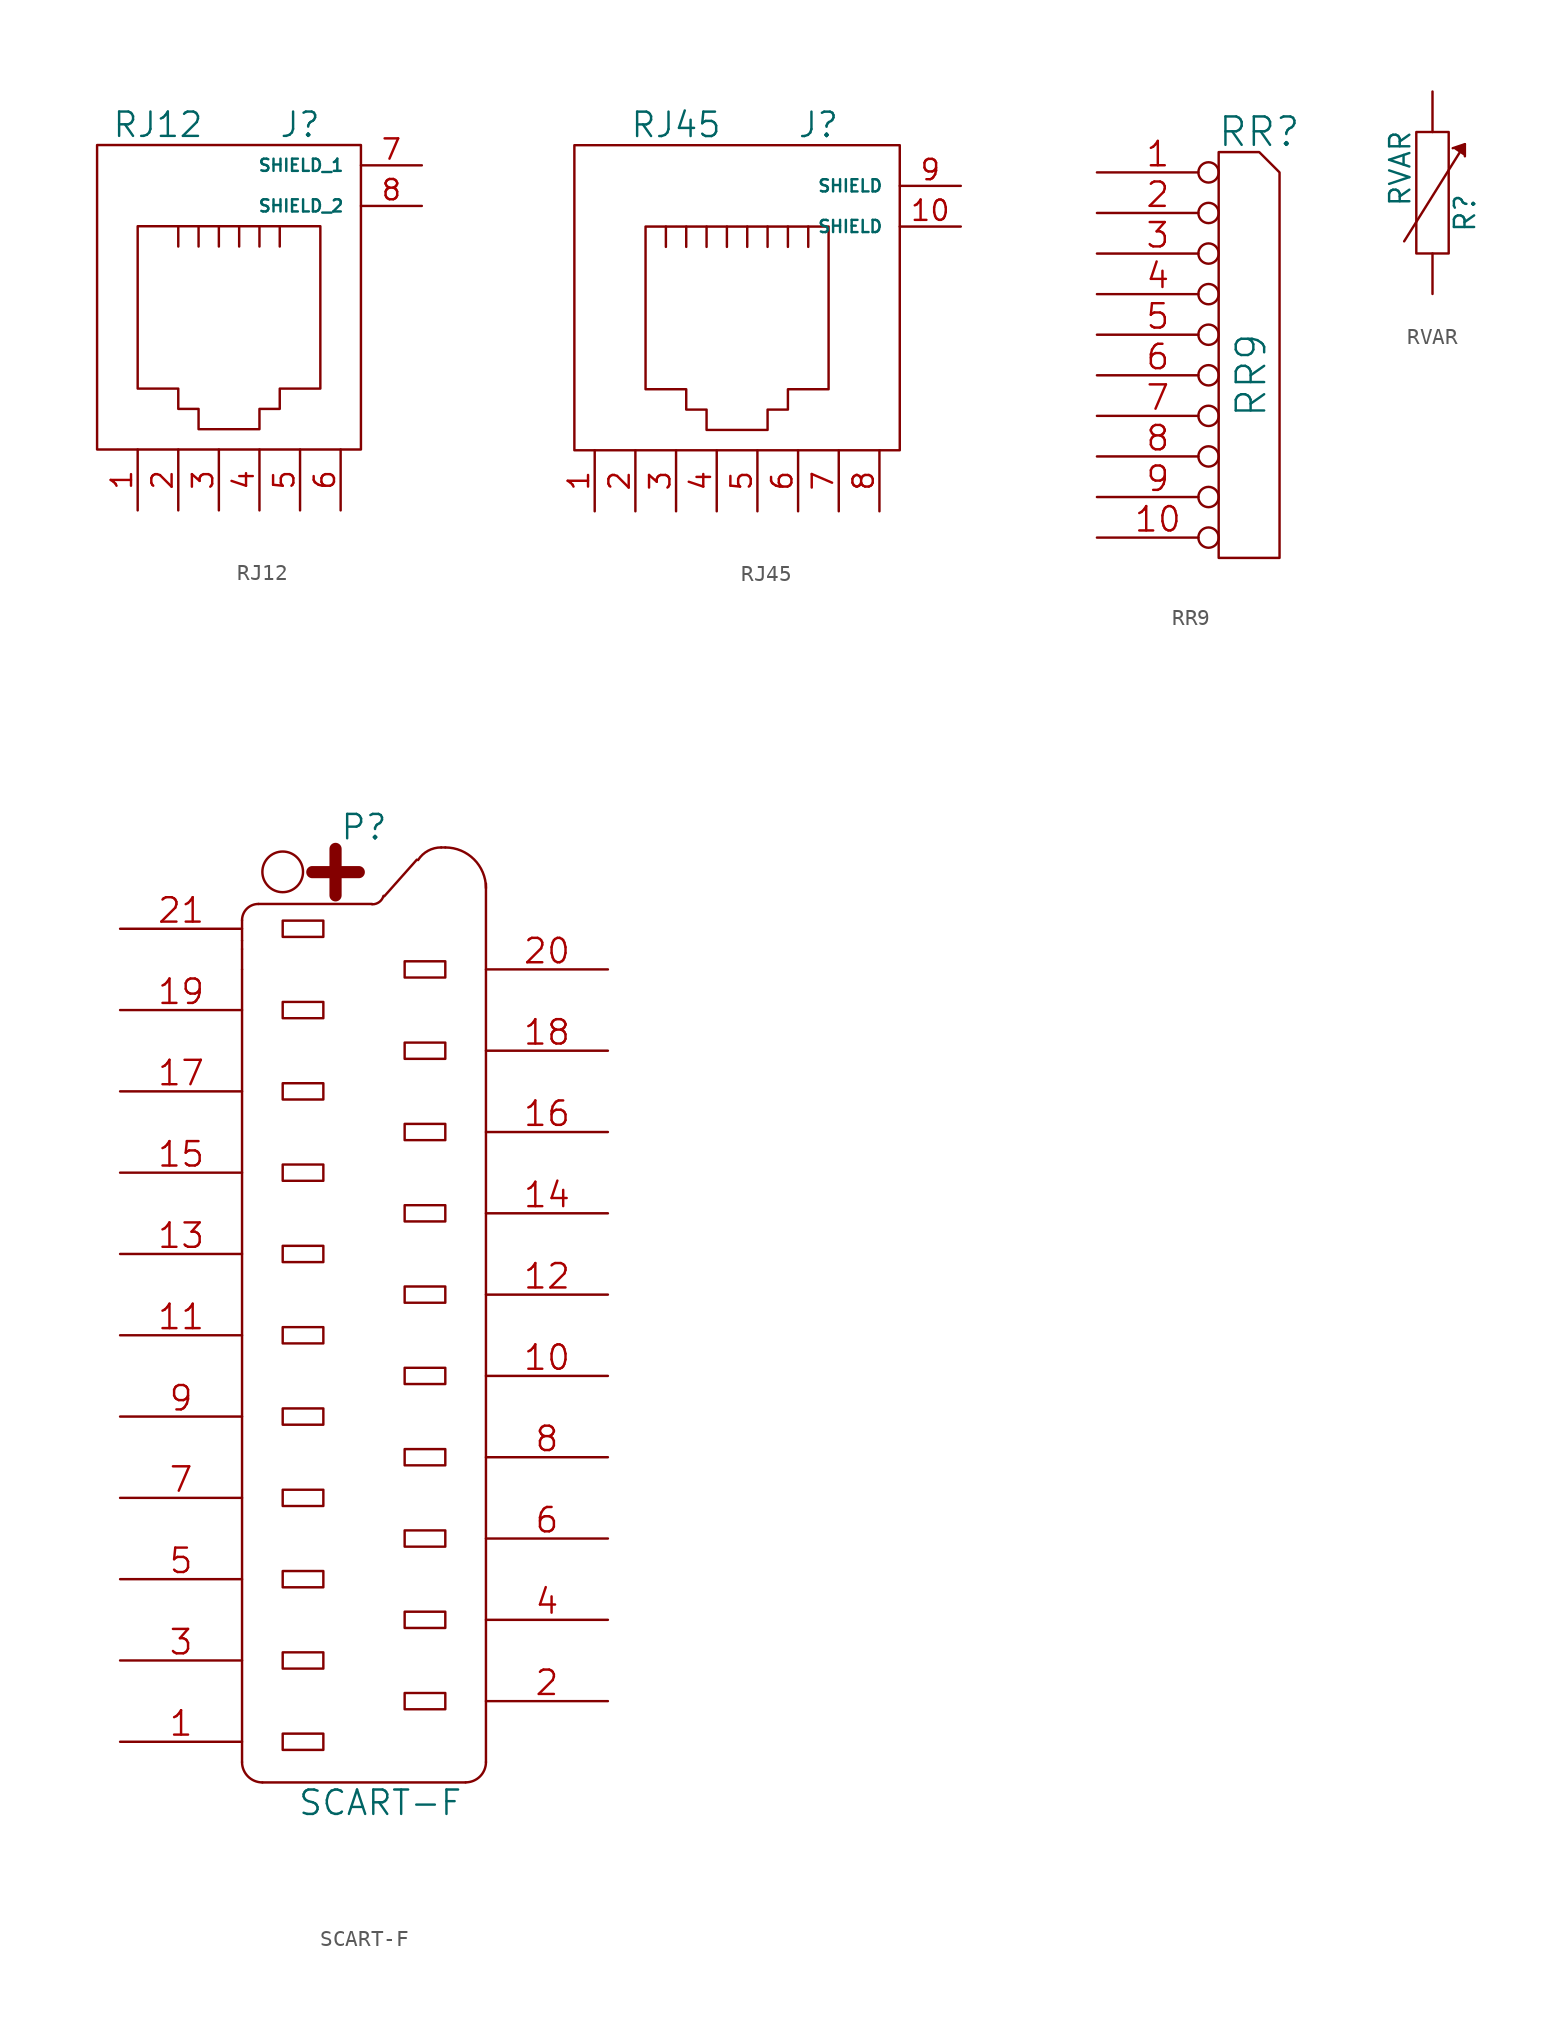
<source format=kicad_sym>
(kicad_symbol_lib
  (version 20220914)
  (generator kicad_symbol_editor)
  (symbol "RJ12"
    (pin_names
      (offset 1.016))
    (property "Reference" "J"
      (at 5.08 12.7 0)
      (effects (font (size 1.524 1.524))))
    (property "Value" "RJ12"
      (at -3.81 12.7 0)
      (effects (font (size 1.524 1.524))))
    (property "Footprint" ""
      (at 0 0 0)
      (effects (font (size 1.524 1.524))))
    (property "Datasheet" ""
      (at 0 0 0)
      (effects (font (size 1.524 1.524))))
    (symbol "RJ12_0_1"
      (polyline (pts (xy -2.54 6.35) (xy -2.54 5.08) (xy -2.54 5.08)) (stroke (width 0) (type default)) (fill (type none)))
      (polyline (pts (xy -1.27 6.35) (xy -1.27 5.08) (xy -1.27 5.08)) (stroke (width 0) (type default)) (fill (type none)))
      (polyline (pts (xy 0 6.35) (xy 0 5.08) (xy 0 5.08)) (stroke (width 0) (type default)) (fill (type none)))
      (polyline (pts (xy 1.27 6.35) (xy 1.27 5.08) (xy 1.27 5.08)) (stroke (width 0) (type default)) (fill (type none)))
      (polyline (pts (xy 2.54 6.35) (xy 2.54 5.08) (xy 2.54 5.08)) (stroke (width 0) (type default)) (fill (type none)))
      (polyline (pts (xy 3.81 5.08) (xy 3.81 6.35) (xy 3.81 6.35)) (stroke (width 0) (type default)) (fill (type none)))
      (polyline (pts (xy -5.08 6.35) (xy 6.35 6.35) (xy 6.35 -3.81) (xy 3.81 -3.81) (xy 3.81 -5.08) (xy 2.54 -5.08) (xy 2.54 -6.35) (xy -1.27 -6.35) (xy -1.27 -5.08) (xy -2.54 -5.08) (xy -2.54 -3.81) (xy -5.08 -3.81) (xy -5.08 6.35) (xy -5.08 6.35)) (stroke (width 0) (type default)) (fill (type none)))
      (rectangle (start 8.89 -7.62) (end -7.62 11.43) (stroke (width 0) (type default)) (fill (type none))))
    (symbol "RJ12_1_1"
      (pin passive line (at -5.08 -11.43 90) (length 3.81) (name "~" (effects (font (size 1.27 1.27)))) (number "1" (effects (font (size 1.27 1.27)))))
      (pin passive line (at -2.54 -11.43 90) (length 3.81) (name "~" (effects (font (size 1.27 1.27)))) (number "2" (effects (font (size 1.27 1.27)))))
      (pin passive line (at 0 -11.43 90) (length 3.81) (name "~" (effects (font (size 1.27 1.27)))) (number "3" (effects (font (size 1.27 1.27)))))
      (pin passive line (at 2.54 -11.43 90) (length 3.81) (name "~" (effects (font (size 1.27 1.27)))) (number "4" (effects (font (size 1.27 1.27)))))
      (pin passive line (at 5.08 -11.43 90) (length 3.81) (name "~" (effects (font (size 1.27 1.27)))) (number "5" (effects (font (size 1.27 1.27)))))
      (pin passive line (at 7.62 -11.43 90) (length 3.81) (name "~" (effects (font (size 1.27 1.27)))) (number "6" (effects (font (size 1.27 1.27)))))
      (pin passive line (at 12.7 10.16 180) (length 3.81) (name "SHIELD_1" (effects (font (size 0.762 0.762)))) (number "7" (effects (font (size 1.27 1.27)))))
      (pin passive line (at 12.7 7.62 180) (length 3.81) (name "SHIELD_2" (effects (font (size 0.762 0.762)))) (number "8" (effects (font (size 1.27 1.27)))))))
  (symbol "RJ45"
    (pin_names
      (offset 1.016))
    (property "Reference" "J"
      (at 5.08 12.7 0)
      (effects (font (size 1.524 1.524))))
    (property "Value" "RJ45"
      (at -3.81 12.7 0)
      (effects (font (size 1.524 1.524))))
    (property "Footprint" ""
      (at 0 0 0)
      (effects (font (size 1.524 1.524))))
    (property "Datasheet" ""
      (at 0 0 0)
      (effects (font (size 1.524 1.524))))
    (symbol "RJ45_0_1"
      (rectangle (start -10.16 -7.62) (end 10.16 11.43) (stroke (width 0) (type default)) (fill (type none)))
      (polyline (pts (xy -4.445 5.08) (xy -4.445 6.35) (xy -4.445 6.35)) (stroke (width 0) (type default)) (fill (type none)))
      (polyline (pts (xy -3.175 6.35) (xy -3.175 5.08) (xy -3.175 5.08)) (stroke (width 0) (type default)) (fill (type none)))
      (polyline (pts (xy -1.905 6.35) (xy -1.905 5.08) (xy -1.905 5.08)) (stroke (width 0) (type default)) (fill (type none)))
      (polyline (pts (xy -0.635 6.35) (xy -0.635 5.08) (xy -0.635 5.08)) (stroke (width 0) (type default)) (fill (type none)))
      (polyline (pts (xy 0.635 6.35) (xy 0.635 5.08) (xy 0.635 5.08)) (stroke (width 0) (type default)) (fill (type none)))
      (polyline (pts (xy 1.905 6.35) (xy 1.905 5.08) (xy 1.905 5.08)) (stroke (width 0) (type default)) (fill (type none)))
      (polyline (pts (xy 3.175 5.08) (xy 3.175 6.35) (xy 3.175 6.35)) (stroke (width 0) (type default)) (fill (type none)))
      (polyline (pts (xy 4.445 5.08) (xy 4.445 6.35) (xy 4.445 6.35)) (stroke (width 0) (type default)) (fill (type none)))
      (polyline (pts (xy -5.715 6.35) (xy 5.715 6.35) (xy 5.715 -3.81) (xy 3.175 -3.81) (xy 3.175 -5.08) (xy 1.905 -5.08) (xy 1.905 -6.35) (xy -1.905 -6.35) (xy -1.905 -5.08) (xy -3.175 -5.08) (xy -3.175 -3.81) (xy -5.715 -3.81) (xy -5.715 6.35) (xy -5.715 6.35)) (stroke (width 0) (type default)) (fill (type none))))
    (symbol "RJ45_1_1"
      (pin passive line (at -8.89 -11.43 90) (length 3.81) (name "~" (effects (font (size 1.27 1.27)))) (number "1" (effects (font (size 1.27 1.27)))))
      (pin passive line (at 13.97 6.35 180) (length 3.81) (name "SHIELD" (effects (font (size 0.762 0.762)))) (number "10" (effects (font (size 1.27 1.27)))))
      (pin passive line (at -6.35 -11.43 90) (length 3.81) (name "~" (effects (font (size 1.27 1.27)))) (number "2" (effects (font (size 1.27 1.27)))))
      (pin passive line (at -3.81 -11.43 90) (length 3.81) (name "~" (effects (font (size 1.27 1.27)))) (number "3" (effects (font (size 1.27 1.27)))))
      (pin passive line (at -1.27 -11.43 90) (length 3.81) (name "~" (effects (font (size 1.27 1.27)))) (number "4" (effects (font (size 1.27 1.27)))))
      (pin passive line (at 1.27 -11.43 90) (length 3.81) (name "~" (effects (font (size 1.27 1.27)))) (number "5" (effects (font (size 1.27 1.27)))))
      (pin passive line (at 3.81 -11.43 90) (length 3.81) (name "~" (effects (font (size 1.27 1.27)))) (number "6" (effects (font (size 1.27 1.27)))))
      (pin passive line (at 6.35 -11.43 90) (length 3.81) (name "~" (effects (font (size 0.762 0.762)))) (number "7" (effects (font (size 1.27 1.27)))))
      (pin passive line (at 8.89 -11.43 90) (length 3.81) (name "~" (effects (font (size 0.762 0.762)))) (number "8" (effects (font (size 1.27 1.27)))))
      (pin passive line (at 13.97 8.89 180) (length 3.81) (name "SHIELD" (effects (font (size 0.762 0.762)))) (number "9" (effects (font (size 1.27 1.27)))))))
  (symbol "RR9"
    (pin_names
      (offset 1.016) hide)
    (property "Reference" "RR"
      (at 1.27 15.24 0)
      (effects (font (size 1.778 1.778))))
    (property "Value" "RR9"
      (at 0.762 0 90)
      (effects (font (size 1.778 1.778))))
    (property "Footprint" ""
      (at 0 0 0)
      (effects (font (size 1.524 1.524))))
    (property "Datasheet" ""
      (at 0 0 0)
      (effects (font (size 1.524 1.524))))
    (symbol "RR9_0_1"
      (polyline (pts (xy -1.27 -11.43) (xy -1.27 13.97) (xy 1.27 13.97) (xy 2.54 12.7) (xy 2.54 -11.43) (xy -1.27 -11.43)) (stroke (width 0) (type default)) (fill (type none))))
    (symbol "RR9_1_1"
      (pin passive inverted (at -8.89 12.7 0) (length 7.62) (name "COM" (effects (font (size 1.524 1.524)))) (number "1" (effects (font (size 1.524 1.524)))))
      (pin passive inverted (at -8.89 -10.16 0) (length 7.62) (name "10" (effects (font (size 1.524 1.524)))) (number "10" (effects (font (size 1.524 1.524)))))
      (pin passive inverted (at -8.89 10.16 0) (length 7.62) (name "2" (effects (font (size 1.524 1.524)))) (number "2" (effects (font (size 1.524 1.524)))))
      (pin passive inverted (at -8.89 7.62 0) (length 7.62) (name "3" (effects (font (size 1.524 1.524)))) (number "3" (effects (font (size 1.524 1.524)))))
      (pin passive inverted (at -8.89 5.08 0) (length 7.62) (name "4" (effects (font (size 1.524 1.524)))) (number "4" (effects (font (size 1.524 1.524)))))
      (pin passive inverted (at -8.89 2.54 0) (length 7.62) (name "5" (effects (font (size 1.524 1.524)))) (number "5" (effects (font (size 1.524 1.524)))))
      (pin passive inverted (at -8.89 0 0) (length 7.62) (name "6" (effects (font (size 1.524 1.524)))) (number "6" (effects (font (size 1.524 1.524)))))
      (pin passive inverted (at -8.89 -2.54 0) (length 7.62) (name "7" (effects (font (size 1.524 1.524)))) (number "7" (effects (font (size 1.524 1.524)))))
      (pin passive inverted (at -8.89 -5.08 0) (length 7.62) (name "8" (effects (font (size 1.524 1.524)))) (number "8" (effects (font (size 1.524 1.524)))))
      (pin passive inverted (at -8.89 -7.62 0) (length 7.62) (name "9" (effects (font (size 1.524 1.524)))) (number "9" (effects (font (size 1.524 1.524)))))))
  (symbol "RVAR"
    (pin_numbers hide)
    (pin_names
      (offset 0))
    (property "Reference" "R"
      (at 2.032 -1.27 90)
      (effects (font (size 1.27 1.27))))
    (property "Value" "RVAR"
      (at -2.032 1.524 90)
      (effects (font (size 1.27 1.27))))
    (property "Footprint" ""
      (at 0 0 0)
      (effects (font (size 1.524 1.524))))
    (property "Datasheet" ""
      (at 0 0 0)
      (effects (font (size 1.524 1.524))))
    (symbol "RVAR_0_1"
      (rectangle (start -1.016 3.81) (end 1.016 -3.81) (stroke (width 0) (type default)) (fill (type none)))
      (polyline (pts (xy -1.778 -3.048) (xy 2.032 3.048)) (stroke (width 0) (type default)) (fill (type none)))
      (polyline (pts (xy 2.032 2.286) (xy 2.032 3.048) (xy 1.27 2.794)) (stroke (width 0) (type default)) (fill (type outline))))
    (symbol "RVAR_1_1"
      (pin passive line (at 0 6.35 270) (length 2.54) (name "~" (effects (font (size 1.524 1.524)))) (number "1" (effects (font (size 1.524 1.524)))))
      (pin passive line (at 0 -6.35 90) (length 2.54) (name "~" (effects (font (size 1.524 1.524)))) (number "2" (effects (font (size 1.524 1.524)))))))
  (symbol "SCART-F"
    (pin_names
      (offset 0.762) hide)
    (property "Reference" "P"
      (at 0 30.48 0)
      (effects (font (size 1.524 1.524))))
    (property "Value" "SCART-F"
      (at 1.016 -30.48 0)
      (effects (font (size 1.524 1.524))))
    (property "Footprint" ""
      (at 0 0 0)
      (effects (font (size 1.524 1.524))))
    (property "Datasheet" ""
      (at 0 0 0)
      (effects (font (size 1.524 1.524))))
    (symbol "SCART-F_0_1"
      (arc (start -7.62 -27.94) (mid -7.248 -28.838) (end -6.35 -29.21) (stroke (width 0) (type default)) (fill (type none)))
      (arc (start -6.604 25.6794) (mid -7.3224 25.3818) (end -7.62 24.6634) (stroke (width 0) (type default)) (fill (type none)))
      (rectangle (start -5.08 -26.162) (end -2.54 -27.178) (stroke (width 0) (type default)) (fill (type none)))
      (rectangle (start -5.08 -21.082) (end -2.54 -22.098) (stroke (width 0) (type default)) (fill (type none)))
      (rectangle (start -5.08 -16.002) (end -2.54 -17.018) (stroke (width 0) (type default)) (fill (type none)))
      (rectangle (start -5.08 -10.922) (end -2.54 -11.938) (stroke (width 0) (type default)) (fill (type none)))
      (rectangle (start -5.08 -5.842) (end -2.54 -6.858) (stroke (width 0) (type default)) (fill (type none)))
      (rectangle (start -5.08 -0.762) (end -2.54 -1.778) (stroke (width 0) (type default)) (fill (type none)))
      (rectangle (start -5.08 4.318) (end -2.54 3.302) (stroke (width 0) (type default)) (fill (type none)))
      (rectangle (start -5.08 9.398) (end -2.54 8.382) (stroke (width 0) (type default)) (fill (type none)))
      (rectangle (start -5.08 14.478) (end -2.54 13.462) (stroke (width 0) (type default)) (fill (type none)))
      (rectangle (start -5.08 19.558) (end -2.54 18.542) (stroke (width 0) (type default)) (fill (type none)))
      (rectangle (start -5.08 24.638) (end -2.54 23.622) (stroke (width 0) (type default)) (fill (type none)))
      (circle (center -5.08 27.686) (radius 1.27) (stroke (width 0) (type default)) (fill (type none)))
      (polyline (pts (xy -7.62 21.59) (xy -7.62 -27.94)) (stroke (width 0) (type default)) (fill (type none)))
      (polyline (pts (xy -7.62 21.59) (xy -7.62 22.86)) (stroke (width 0) (type default)) (fill (type none)))
      (polyline (pts (xy -7.62 23.393) (xy -7.62 22.86)) (stroke (width 0) (type default)) (fill (type none)))
      (polyline (pts (xy -7.62 23.393) (xy -7.62 24.663)) (stroke (width 0) (type default)) (fill (type none)))
      (polyline (pts (xy -6.604 25.679) (xy 0.508 25.679)) (stroke (width 0) (type default)) (fill (type none)))
      (polyline (pts (xy -6.35 -29.21) (xy 6.35 -29.21)) (stroke (width 0) (type default)) (fill (type none)))
      (polyline (pts (xy 3.302 28.448) (xy 1.27 26.162)) (stroke (width 0) (type default)) (fill (type none)))
      (polyline (pts (xy 4.826 29.21) (xy 5.08 29.21)) (stroke (width 0) (type default)) (fill (type none)))
      (polyline (pts (xy 7.62 -27.94) (xy 7.62 26.949)) (stroke (width 0) (type default)) (fill (type none)))
      (arc (start 0.508 25.654) (mid 0.9569 25.8002) (end 1.2192 26.1874) (stroke (width 0) (type default)) (fill (type none)))
      (rectangle (start 2.54 -23.622) (end 5.08 -24.638) (stroke (width 0) (type default)) (fill (type none)))
      (rectangle (start 2.54 -18.542) (end 5.08 -19.558) (stroke (width 0) (type default)) (fill (type none)))
      (rectangle (start 2.54 -13.462) (end 5.08 -14.478) (stroke (width 0) (type default)) (fill (type none)))
      (rectangle (start 2.54 -8.382) (end 5.08 -9.398) (stroke (width 0) (type default)) (fill (type none)))
      (rectangle (start 2.54 -3.302) (end 5.08 -4.318) (stroke (width 0) (type default)) (fill (type none)))
      (rectangle (start 2.54 1.778) (end 5.08 0.762) (stroke (width 0) (type default)) (fill (type none)))
      (rectangle (start 2.54 6.858) (end 5.08 5.842) (stroke (width 0) (type default)) (fill (type none)))
      (rectangle (start 2.54 11.938) (end 5.08 10.922) (stroke (width 0) (type default)) (fill (type none)))
      (rectangle (start 2.54 17.018) (end 5.08 16.002) (stroke (width 0) (type default)) (fill (type none)))
      (rectangle (start 2.54 22.098) (end 5.08 21.082) (stroke (width 0) (type default)) (fill (type none)))
      (arc (start 4.826 29.21) (mid 3.999 29.0026) (end 3.3782 28.4226) (stroke (width 0) (type default)) (fill (type none)))
      (arc (start 6.35 -29.21) (mid 7.248 -28.838) (end 7.62 -27.94) (stroke (width 0) (type default)) (fill (type none)))
      (arc (start 7.62 26.67) (mid 6.8761 28.4661) (end 5.08 29.21) (stroke (width 0) (type default)) (fill (type none)))
      (text "+" (at -1.778 27.94 0) (effects (font (size 3.81 3.81) bold))))
    (symbol "SCART-F_1_1"
      (pin passive line (at -15.24 -26.67 0) (length 7.62) (name "P1" (effects (font (size 1.524 1.524)))) (number "1" (effects (font (size 1.524 1.524)))))
      (pin passive line (at 15.24 -3.81 180) (length 7.62) (name "P10" (effects (font (size 1.524 1.524)))) (number "10" (effects (font (size 1.524 1.524)))))
      (pin passive line (at -15.24 -1.27 0) (length 7.62) (name "P11" (effects (font (size 1.524 1.524)))) (number "11" (effects (font (size 1.524 1.524)))))
      (pin passive line (at 15.24 1.27 180) (length 7.62) (name "P12" (effects (font (size 1.524 1.524)))) (number "12" (effects (font (size 1.524 1.524)))))
      (pin passive line (at -15.24 3.81 0) (length 7.62) (name "P13" (effects (font (size 1.524 1.524)))) (number "13" (effects (font (size 1.524 1.524)))))
      (pin passive line (at 15.24 6.35 180) (length 7.62) (name "P14" (effects (font (size 1.524 1.524)))) (number "14" (effects (font (size 1.524 1.524)))))
      (pin passive line (at -15.24 8.89 0) (length 7.62) (name "P15" (effects (font (size 1.524 1.524)))) (number "15" (effects (font (size 1.524 1.524)))))
      (pin passive line (at 15.24 11.43 180) (length 7.62) (name "P16" (effects (font (size 1.524 1.524)))) (number "16" (effects (font (size 1.524 1.524)))))
      (pin passive line (at -15.24 13.97 0) (length 7.62) (name "P17" (effects (font (size 1.524 1.524)))) (number "17" (effects (font (size 1.524 1.524)))))
      (pin passive line (at 15.24 16.51 180) (length 7.62) (name "P18" (effects (font (size 1.524 1.524)))) (number "18" (effects (font (size 1.524 1.524)))))
      (pin passive line (at -15.24 19.05 0) (length 7.62) (name "P19" (effects (font (size 1.524 1.524)))) (number "19" (effects (font (size 1.524 1.524)))))
      (pin passive line (at 15.24 -24.13 180) (length 7.62) (name "P2" (effects (font (size 1.524 1.524)))) (number "2" (effects (font (size 1.524 1.524)))))
      (pin passive line (at 15.24 21.59 180) (length 7.62) (name "P20" (effects (font (size 1.524 1.524)))) (number "20" (effects (font (size 1.524 1.524)))))
      (pin passive line (at -15.24 24.13 0) (length 7.62) (name "P21" (effects (font (size 1.524 1.524)))) (number "21" (effects (font (size 1.524 1.524)))))
      (pin passive line (at -15.24 -21.59 0) (length 7.62) (name "P3" (effects (font (size 1.524 1.524)))) (number "3" (effects (font (size 1.524 1.524)))))
      (pin passive line (at 15.24 -19.05 180) (length 7.62) (name "P4" (effects (font (size 1.524 1.524)))) (number "4" (effects (font (size 1.524 1.524)))))
      (pin passive line (at -15.24 -16.51 0) (length 7.62) (name "P5" (effects (font (size 1.524 1.524)))) (number "5" (effects (font (size 1.524 1.524)))))
      (pin passive line (at 15.24 -13.97 180) (length 7.62) (name "P6" (effects (font (size 1.524 1.524)))) (number "6" (effects (font (size 1.524 1.524)))))
      (pin passive line (at -15.24 -11.43 0) (length 7.62) (name "P7" (effects (font (size 1.524 1.524)))) (number "7" (effects (font (size 1.524 1.524)))))
      (pin passive line (at 15.24 -8.89 180) (length 7.62) (name "P8" (effects (font (size 1.524 1.524)))) (number "8" (effects (font (size 1.524 1.524)))))
      (pin passive line (at -15.24 -6.35 0) (length 7.62) (name "P9" (effects (font (size 1.524 1.524)))) (number "9" (effects (font (size 1.524 1.524))))))))
</source>
